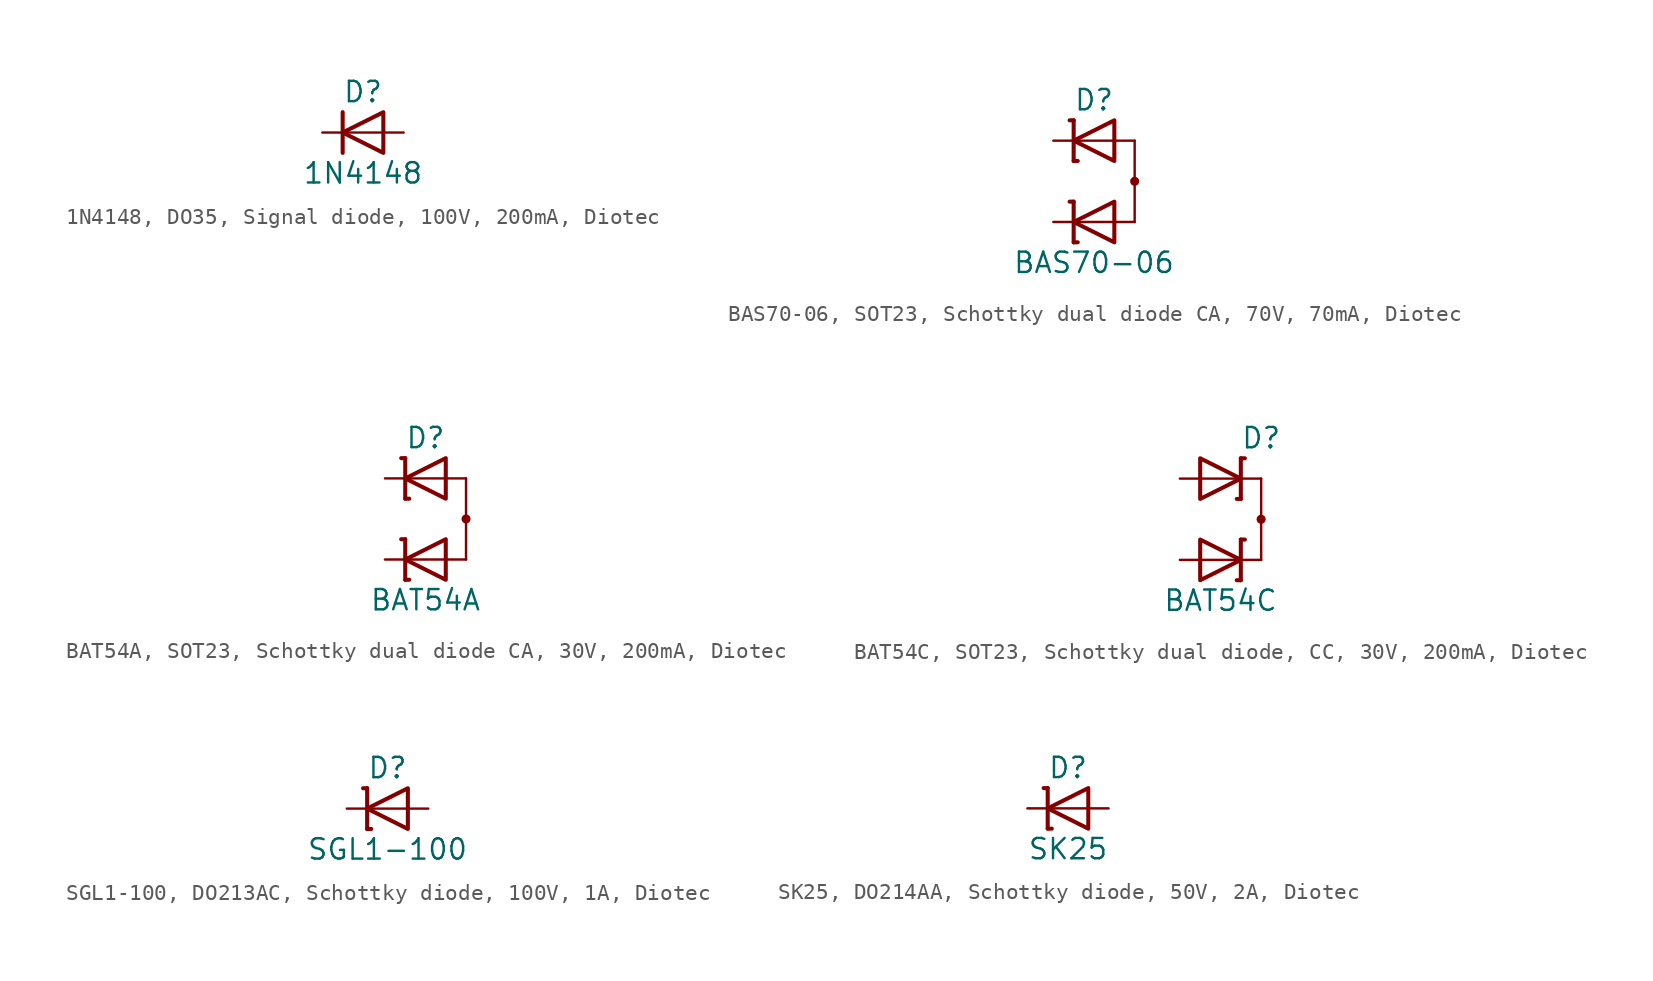
<source format=kicad_sym>
(kicad_symbol_lib
  (version 20241209)
  (generator "kicad_symbol_editor")
  (generator_version "9.0")
  (symbol "1N4148, DO35, Signal diode, 100V, 200mA, Diotec"
    (pin_numbers
      (hide yes))
    (pin_names
      (offset 1.016)
      (hide yes))
    (property "Reference" "D"
      (at 0 2.54 0)
      (effects (font (size 1.27 1.27))))
    (property "Value" "1N4148"
      (at 0 -2.54 0)
      (effects (font (size 1.27 1.27))))
    (symbol "1N4148, DO35, Signal diode, 100V, 200mA, Diotec_0_0"
      (polyline (pts (xy -1.27 0) (xy 1.27 0)) (stroke (width 0.152) (type default)) (fill (type none))))
    (symbol "1N4148, DO35, Signal diode, 100V, 200mA, Diotec_0_1"
      (polyline (pts (xy -1.27 1.27) (xy -1.27 -1.27)) (stroke (width 0.254) (type default)) (fill (type none)))
      (polyline (pts (xy 1.27 1.27) (xy 1.27 -1.27) (xy -1.27 0) (xy 1.27 1.27)) (stroke (width 0.254) (type default)) (fill (type none))))
    (symbol "1N4148, DO35, Signal diode, 100V, 200mA, Diotec_1_1"
      (pin passive line (at -2.54 0 0) (length 1.27) (name "C" (effects (font (size 1.27 1.27)))) (number "1" (effects (font (size 1.27 1.27)))))
      (pin passive line (at 2.54 0 180) (length 1.27) (name "A" (effects (font (size 1.27 1.27)))) (number "2" (effects (font (size 1.27 1.27)))))))
  (symbol "BAS70-06, SOT23, Schottky dual diode CA, 70V, 70mA, Diotec"
    (pin_numbers
      (hide yes))
    (pin_names
      (offset 1.016)
      (hide yes))
    (property "Reference" "D"
      (at 0 5.08 0)
      (effects (font (size 1.27 1.27))))
    (property "Value" "BAS70-06"
      (at 0 -5.08 0)
      (effects (font (size 1.27 1.27))))
    (symbol "BAS70-06, SOT23, Schottky dual diode CA, 70V, 70mA, Diotec_0_0"
      (polyline (pts (xy -1.27 2.54) (xy 1.27 2.54)) (stroke (width 0.152) (type default)) (fill (type none)))
      (polyline (pts (xy -1.27 -2.54) (xy 1.27 -2.54)) (stroke (width 0.152) (type default)) (fill (type none)))
      (polyline (pts (xy 2.54 2.54) (xy 1.27 2.54)) (stroke (width 0.152) (type default)) (fill (type none)))
      (polyline (pts (xy 2.54 2.54) (xy 2.54 -2.54)) (stroke (width 0.152) (type default)) (fill (type none)))
      (polyline (pts (xy 2.54 -2.54) (xy 1.27 -2.54)) (stroke (width 0.152) (type default)) (fill (type none))))
    (symbol "BAS70-06, SOT23, Schottky dual diode CA, 70V, 70mA, Diotec_0_1"
      (polyline (pts (xy -1.524 3.81) (xy -1.27 3.81)) (stroke (width 0.254) (type default)) (fill (type none)))
      (polyline (pts (xy -1.524 -1.27) (xy -1.27 -1.27)) (stroke (width 0.254) (type default)) (fill (type none)))
      (polyline (pts (xy -1.27 3.81) (xy -1.27 1.27)) (stroke (width 0.254) (type default)) (fill (type none)))
      (polyline (pts (xy -1.27 1.27) (xy -1.016 1.27)) (stroke (width 0.254) (type default)) (fill (type none)))
      (polyline (pts (xy -1.27 -1.27) (xy -1.27 -3.81)) (stroke (width 0.254) (type default)) (fill (type none)))
      (polyline (pts (xy -1.27 -3.81) (xy -1.016 -3.81)) (stroke (width 0.254) (type default)) (fill (type none)))
      (polyline (pts (xy 1.27 3.81) (xy 1.27 1.27) (xy -1.27 2.54) (xy 1.27 3.81)) (stroke (width 0.254) (type default)) (fill (type none)))
      (polyline (pts (xy 1.27 -1.27) (xy 1.27 -3.81) (xy -1.27 -2.54) (xy 1.27 -1.27)) (stroke (width 0.254) (type default)) (fill (type none)))
      (circle (center 2.54 0) (radius 0.159) (stroke (width 0.254) (type default)) (fill (type none))))
    (symbol "BAS70-06, SOT23, Schottky dual diode CA, 70V, 70mA, Diotec_1_1"
      (pin passive line (at -2.54 2.54 0) (length 1.27) (name "C1" (effects (font (size 1.27 1.27)))) (number "1" (effects (font (size 1.27 1.27)))))
      (pin passive line (at -2.54 -2.54 0) (length 1.27) (name "C2" (effects (font (size 1.27 1.27)))) (number "2" (effects (font (size 1.27 1.27)))))
      (pin passive line (at 2.54 0 180) (length 0) (name "CA" (effects (font (size 1.27 1.27)))) (number "3" (effects (font (size 1.27 1.27)))))))
  (symbol "BAT54A, SOT23, Schottky dual diode CA, 30V, 200mA, Diotec"
    (pin_numbers
      (hide yes))
    (pin_names
      (offset 1.016)
      (hide yes))
    (property "Reference" "D"
      (at 0 5.08 0)
      (effects (font (size 1.27 1.27))))
    (property "Value" "BAT54A"
      (at 0 -5.08 0)
      (effects (font (size 1.27 1.27))))
    (symbol "BAT54A, SOT23, Schottky dual diode CA, 30V, 200mA, Diotec_0_0"
      (polyline (pts (xy -1.27 2.54) (xy 1.27 2.54)) (stroke (width 0.152) (type default)) (fill (type none)))
      (polyline (pts (xy -1.27 -2.54) (xy 1.27 -2.54)) (stroke (width 0.152) (type default)) (fill (type none)))
      (polyline (pts (xy 2.54 2.54) (xy 1.27 2.54)) (stroke (width 0.152) (type default)) (fill (type none)))
      (polyline (pts (xy 2.54 2.54) (xy 2.54 -2.54)) (stroke (width 0.152) (type default)) (fill (type none)))
      (polyline (pts (xy 2.54 -2.54) (xy 1.27 -2.54)) (stroke (width 0.152) (type default)) (fill (type none))))
    (symbol "BAT54A, SOT23, Schottky dual diode CA, 30V, 200mA, Diotec_0_1"
      (polyline (pts (xy -1.524 3.81) (xy -1.27 3.81)) (stroke (width 0.254) (type default)) (fill (type none)))
      (polyline (pts (xy -1.524 -1.27) (xy -1.27 -1.27)) (stroke (width 0.254) (type default)) (fill (type none)))
      (polyline (pts (xy -1.27 3.81) (xy -1.27 1.27)) (stroke (width 0.254) (type default)) (fill (type none)))
      (polyline (pts (xy -1.27 1.27) (xy -1.016 1.27)) (stroke (width 0.254) (type default)) (fill (type none)))
      (polyline (pts (xy -1.27 -1.27) (xy -1.27 -3.81)) (stroke (width 0.254) (type default)) (fill (type none)))
      (polyline (pts (xy -1.27 -3.81) (xy -1.016 -3.81)) (stroke (width 0.254) (type default)) (fill (type none)))
      (polyline (pts (xy 1.27 3.81) (xy 1.27 1.27) (xy -1.27 2.54) (xy 1.27 3.81)) (stroke (width 0.254) (type default)) (fill (type none)))
      (polyline (pts (xy 1.27 -1.27) (xy 1.27 -3.81) (xy -1.27 -2.54) (xy 1.27 -1.27)) (stroke (width 0.254) (type default)) (fill (type none)))
      (circle (center 2.54 0) (radius 0.159) (stroke (width 0.254) (type default)) (fill (type none))))
    (symbol "BAT54A, SOT23, Schottky dual diode CA, 30V, 200mA, Diotec_1_1"
      (pin passive line (at -2.54 2.54 0) (length 1.27) (name "C1" (effects (font (size 1.27 1.27)))) (number "1" (effects (font (size 1.27 1.27)))))
      (pin passive line (at -2.54 -2.54 0) (length 1.27) (name "C2" (effects (font (size 1.27 1.27)))) (number "2" (effects (font (size 1.27 1.27)))))
      (pin passive line (at 2.54 0 180) (length 0) (name "A" (effects (font (size 1.27 1.27)))) (number "3" (effects (font (size 1.27 1.27)))))))
  (symbol "BAT54C, SOT23, Schottky dual diode, CC, 30V, 200mA, Diotec"
    (pin_numbers
      (hide yes))
    (pin_names
      (offset 1.016)
      (hide yes))
    (property "Reference" "D"
      (at 2.54 5.08 0)
      (effects (font (size 1.27 1.27))))
    (property "Value" "BAT54C"
      (at 0 -5.08 0)
      (effects (font (size 1.27 1.27))))
    (symbol "BAT54C, SOT23, Schottky dual diode, CC, 30V, 200mA, Diotec_0_0"
      (polyline (pts (xy 1.27 2.54) (xy -1.27 2.54)) (stroke (width 0.152) (type default)) (fill (type none)))
      (polyline (pts (xy 1.27 -2.54) (xy -1.27 -2.54)) (stroke (width 0.152) (type default)) (fill (type none)))
      (polyline (pts (xy 2.54 2.54) (xy 1.27 2.54)) (stroke (width 0.152) (type default)) (fill (type none)))
      (polyline (pts (xy 2.54 2.54) (xy 2.54 -2.54)) (stroke (width 0.152) (type default)) (fill (type none)))
      (polyline (pts (xy 2.54 -2.54) (xy 1.27 -2.54)) (stroke (width 0.152) (type default)) (fill (type none))))
    (symbol "BAT54C, SOT23, Schottky dual diode, CC, 30V, 200mA, Diotec_0_1"
      (polyline (pts (xy -1.27 3.81) (xy -1.27 1.27) (xy 1.27 2.54) (xy -1.27 3.81)) (stroke (width 0.254) (type default)) (fill (type none)))
      (polyline (pts (xy -1.27 -1.27) (xy -1.27 -3.81) (xy 1.27 -2.54) (xy -1.27 -1.27)) (stroke (width 0.254) (type default)) (fill (type none)))
      (polyline (pts (xy 1.27 3.81) (xy 1.27 1.27)) (stroke (width 0.254) (type default)) (fill (type none)))
      (polyline (pts (xy 1.27 1.27) (xy 1.016 1.27)) (stroke (width 0.254) (type default)) (fill (type none)))
      (polyline (pts (xy 1.27 -1.27) (xy 1.27 -3.81)) (stroke (width 0.254) (type default)) (fill (type none)))
      (polyline (pts (xy 1.27 -3.81) (xy 1.016 -3.81)) (stroke (width 0.254) (type default)) (fill (type none)))
      (polyline (pts (xy 1.524 3.81) (xy 1.27 3.81)) (stroke (width 0.254) (type default)) (fill (type none)))
      (polyline (pts (xy 1.524 -1.27) (xy 1.27 -1.27)) (stroke (width 0.254) (type default)) (fill (type none)))
      (circle (center 2.54 0) (radius 0.159) (stroke (width 0.254) (type default)) (fill (type none))))
    (symbol "BAT54C, SOT23, Schottky dual diode, CC, 30V, 200mA, Diotec_1_1"
      (pin passive line (at -2.54 2.54 0) (length 1.27) (name "A1" (effects (font (size 1.27 1.27)))) (number "1" (effects (font (size 1.27 1.27)))))
      (pin passive line (at -2.54 -2.54 0) (length 1.27) (name "A2" (effects (font (size 1.27 1.27)))) (number "2" (effects (font (size 1.27 1.27)))))
      (pin passive line (at 2.54 0 180) (length 0) (name "C" (effects (font (size 1.27 1.27)))) (number "3" (effects (font (size 1.27 1.27)))))))
  (symbol "SGL1-100, DO213AC, Schottky diode, 100V, 1A, Diotec"
    (pin_numbers
      (hide yes))
    (pin_names
      (offset 1.016)
      (hide yes))
    (property "Reference" "D"
      (at 0 2.54 0)
      (effects (font (size 1.27 1.27))))
    (property "Value" "SGL1-100"
      (at 0 -2.54 0)
      (effects (font (size 1.27 1.27))))
    (symbol "SGL1-100, DO213AC, Schottky diode, 100V, 1A, Diotec_0_0"
      (polyline (pts (xy -1.27 0) (xy 1.27 0)) (stroke (width 0.152) (type default)) (fill (type none))))
    (symbol "SGL1-100, DO213AC, Schottky diode, 100V, 1A, Diotec_0_1"
      (polyline (pts (xy -1.524 1.27) (xy -1.27 1.27)) (stroke (width 0.254) (type default)) (fill (type none)))
      (polyline (pts (xy -1.27 1.27) (xy -1.27 -1.27)) (stroke (width 0.254) (type default)) (fill (type none)))
      (polyline (pts (xy -1.27 -1.27) (xy -1.016 -1.27)) (stroke (width 0.254) (type default)) (fill (type none)))
      (polyline (pts (xy 1.27 1.27) (xy 1.27 -1.27) (xy -1.27 0) (xy 1.27 1.27)) (stroke (width 0.254) (type default)) (fill (type none))))
    (symbol "SGL1-100, DO213AC, Schottky diode, 100V, 1A, Diotec_1_1"
      (pin passive line (at -2.54 0 0) (length 1.27) (name "C" (effects (font (size 1.27 1.27)))) (number "1" (effects (font (size 1.27 1.27)))))
      (pin passive line (at 2.54 0 180) (length 1.27) (name "A" (effects (font (size 1.27 1.27)))) (number "2" (effects (font (size 1.27 1.27)))))))
  (symbol "SK25, DO214AA, Schottky diode, 50V, 2A, Diotec"
    (pin_numbers
      (hide yes))
    (pin_names
      (offset 1.016)
      (hide yes))
    (property "Reference" "D"
      (at 0 2.54 0)
      (effects (font (size 1.27 1.27))))
    (property "Value" "SK25"
      (at 0 -2.54 0)
      (effects (font (size 1.27 1.27))))
    (symbol "SK25, DO214AA, Schottky diode, 50V, 2A, Diotec_0_0"
      (polyline (pts (xy -1.27 0) (xy 1.27 0)) (stroke (width 0.152) (type default)) (fill (type none))))
    (symbol "SK25, DO214AA, Schottky diode, 50V, 2A, Diotec_0_1"
      (polyline (pts (xy -1.524 1.27) (xy -1.27 1.27)) (stroke (width 0.254) (type default)) (fill (type none)))
      (polyline (pts (xy -1.27 1.27) (xy -1.27 -1.27)) (stroke (width 0.254) (type default)) (fill (type none)))
      (polyline (pts (xy -1.27 -1.27) (xy -1.016 -1.27)) (stroke (width 0.254) (type default)) (fill (type none)))
      (polyline (pts (xy 1.27 1.27) (xy 1.27 -1.27) (xy -1.27 0) (xy 1.27 1.27)) (stroke (width 0.254) (type default)) (fill (type none))))
    (symbol "SK25, DO214AA, Schottky diode, 50V, 2A, Diotec_1_1"
      (pin passive line (at -2.54 0 0) (length 1.27) (name "C" (effects (font (size 1.27 1.27)))) (number "1" (effects (font (size 1.27 1.27)))))
      (pin passive line (at 2.54 0 180) (length 1.27) (name "A" (effects (font (size 1.27 1.27)))) (number "2" (effects (font (size 1.27 1.27))))))))
</source>
